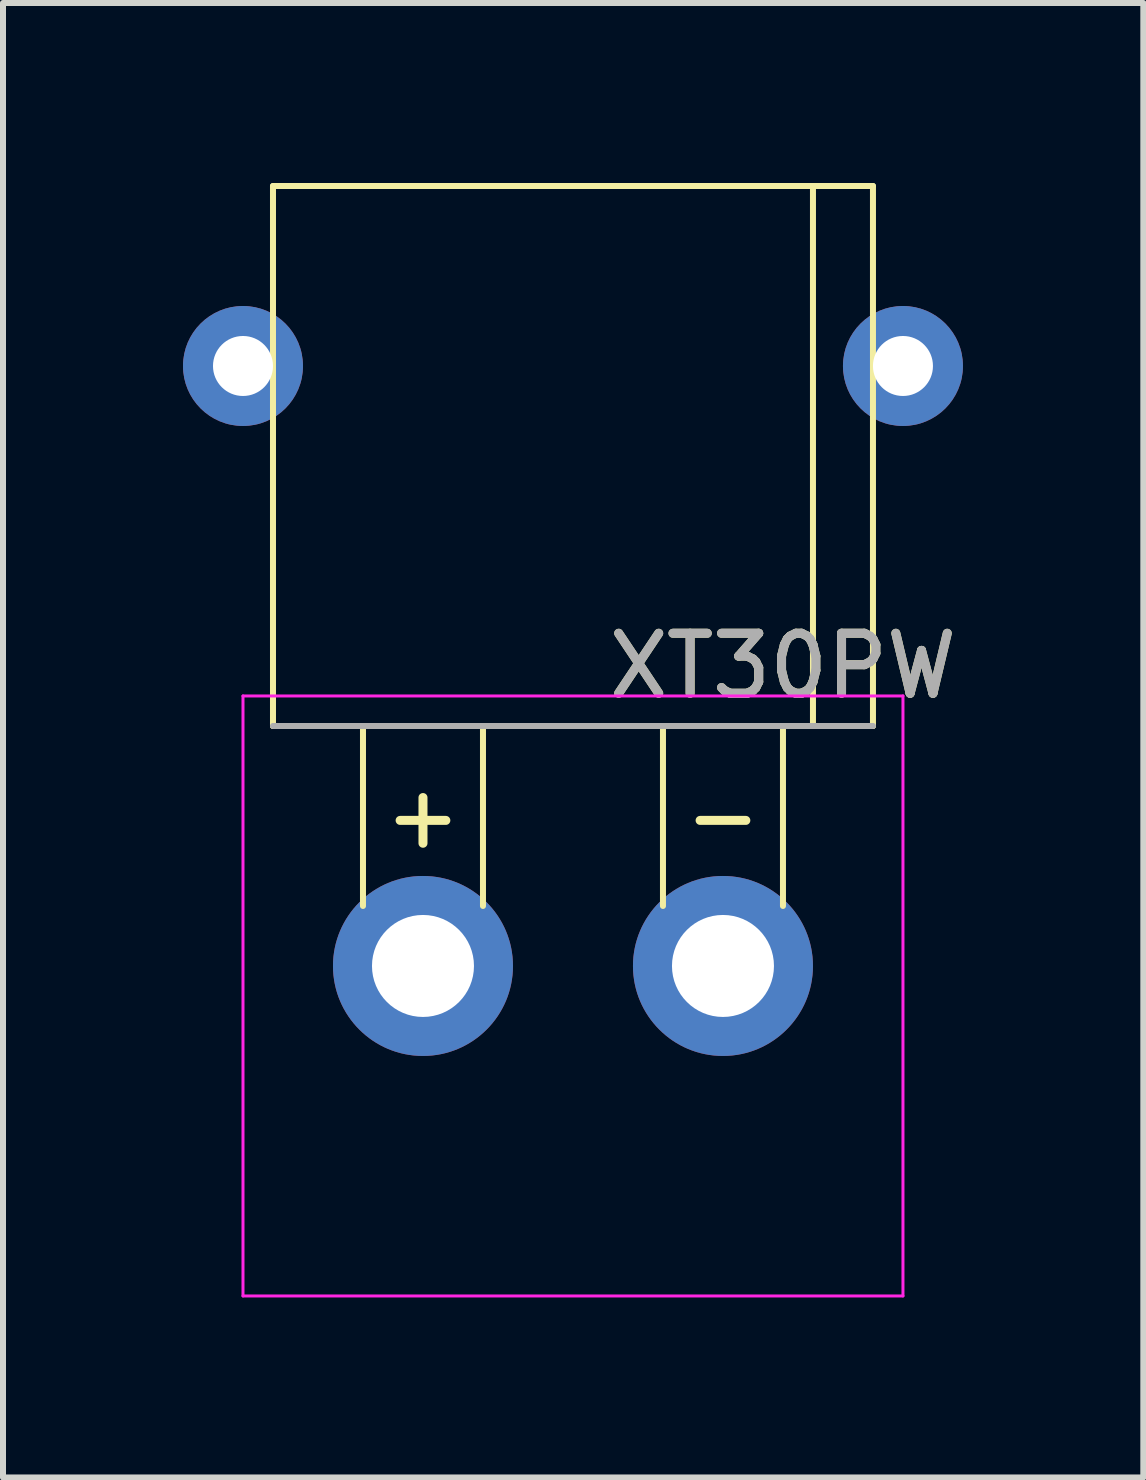
<source format=kicad_pcb>
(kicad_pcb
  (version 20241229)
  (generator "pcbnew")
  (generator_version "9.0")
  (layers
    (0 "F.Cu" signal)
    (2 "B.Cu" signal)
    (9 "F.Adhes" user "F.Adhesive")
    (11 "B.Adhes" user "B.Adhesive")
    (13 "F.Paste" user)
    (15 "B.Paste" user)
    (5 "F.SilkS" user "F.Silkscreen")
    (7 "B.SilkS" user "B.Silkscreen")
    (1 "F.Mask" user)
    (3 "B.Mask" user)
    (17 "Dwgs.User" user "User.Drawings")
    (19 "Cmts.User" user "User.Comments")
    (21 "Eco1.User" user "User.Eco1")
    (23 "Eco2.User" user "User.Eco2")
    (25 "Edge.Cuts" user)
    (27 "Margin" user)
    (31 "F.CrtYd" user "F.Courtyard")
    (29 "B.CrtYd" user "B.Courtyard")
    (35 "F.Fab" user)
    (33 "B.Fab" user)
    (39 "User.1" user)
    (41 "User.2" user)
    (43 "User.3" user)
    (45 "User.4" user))
  (footprint "XT30PW"
    (layer "F.Cu")
    (at 6.5 13.05)
    (property "Reference" "XT30PW" (at 3.5 -5 0) (layer "F.SilkS") (effects (font (size 1 1) (thickness 0.15))))
    (attr through_hole)
    (fp_line (start -5 -13) (end 5 -13) (stroke (width 0.1) (type solid)) (layer "F.SilkS"))
    (fp_line (start -5 -4) (end -5 -13) (stroke (width 0.1) (type solid)) (layer "F.SilkS"))
    (fp_line (start -5 -4) (end 5 -4) (stroke (width 0.1) (type solid)) (layer "F.SilkS"))
    (fp_line (start -3.5 -4) (end -3.5 -1) (stroke (width 0.1) (type solid)) (layer "F.SilkS"))
    (fp_line (start -1.5 -1) (end -1.5 -4) (stroke (width 0.1) (type solid)) (layer "F.SilkS"))
    (fp_line (start 1.5 -4) (end 1.5 -1) (stroke (width 0.1) (type solid)) (layer "F.SilkS"))
    (fp_line (start 3.5 -1) (end 3.5 -4) (stroke (width 0.1) (type solid)) (layer "F.SilkS"))
    (fp_line (start 4 -13) (end 4 -4) (stroke (width 0.1) (type solid)) (layer "F.SilkS"))
    (fp_line (start 5 -13) (end 5 -4) (stroke (width 0.1) (type solid)) (layer "F.SilkS"))
    (fp_line (start -5.5 -4.5) (end -5.5 5.5) (stroke (width 0.05) (type solid)) (layer "F.CrtYd"))
    (fp_line (start -5.5 5.5) (end 5.5 5.5) (stroke (width 0.05) (type solid)) (layer "F.CrtYd"))
    (fp_line (start 5.5 -4.5) (end -5.5 -4.5) (stroke (width 0.05) (type solid)) (layer "F.CrtYd"))
    (fp_line (start 5.5 5.5) (end 5.5 -4.5) (stroke (width 0.05) (type solid)) (layer "F.CrtYd"))
    (fp_line (start -5 -4) (end 5 -4) (stroke (width 0.1) (type solid)) (layer "F.Fab"))
    (fp_text user "+" (at -2.5 -2.5 0) (layer "F.SilkS") (effects (font (size 1 1) (thickness 0.15))))
    (fp_text user "-" (at 2.5 -2.5 0) (layer "F.SilkS") (effects (font (size 1 1) (thickness 0.15))))
    (fp_text user "${REFERENCE}" (at 3.5 -5 0) (layer "F.Fab") (effects (font (size 1 1) (thickness 0.15))))
    (pad "1" thru_hole circle (at -2.5 0) (size 3 3) (drill 1.7) (layers "*.Cu" "*.Mask"))
    (pad "2" thru_hole circle (at 2.5 0) (size 3 3) (drill 1.7) (layers "*.Cu" "*.Mask"))
    (pad "3" thru_hole circle (at -5.5 -10) (size 2 2) (drill 1) (layers "*.Cu" "*.Mask"))
    (pad "3" thru_hole circle (at 5.5 -10) (size 2 2) (drill 1) (layers "*.Cu" "*.Mask")))
  (gr_rect
    (start -3 -3)
    (end 16.006 21.575)
    (stroke (width 0.1) (type default))
    (fill no)
    (layer "Edge.Cuts")))
</source>
